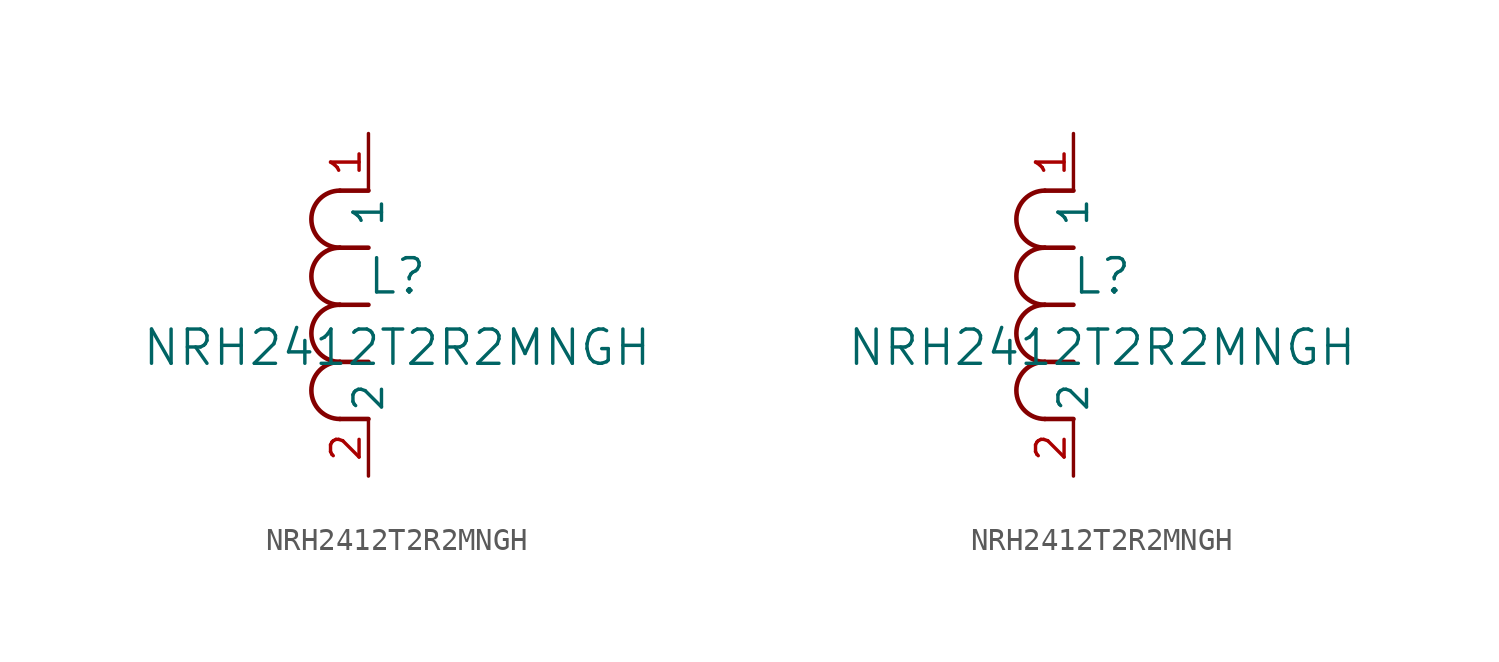
<source format=kicad_sym>
(kicad_symbol_lib
  (version 20211014)
  (generator kicad_symbol_editor)
  (symbol "NRH2412T2R2MNGH"
    (pin_names
      (offset 0.254))
    (property "Reference" "L"
      (at 1.27 8.89 0)
      (effects (font (size 1.524 1.524))))
    (property "Value" "NRH2412T2R2MNGH"
      (at 1.27 5.715 0)
      (effects (font (size 1.524 1.524))))
    (symbol "NRH2412T2R2MNGH_1_1"
      (arc (start -1.27 7.62) (mid -2.54 6.35) (end -1.27 5.08) (stroke (width 0.2032) (type default) (color 0 0 0 0)) (fill (type none)))
      (arc (start -1.27 5.08) (mid -2.54 3.81) (end -1.27 2.54) (stroke (width 0.2032) (type default) (color 0 0 0 0)) (fill (type none)))
      (arc (start -1.27 12.7) (mid -2.54 11.43) (end -1.27 10.16) (stroke (width 0.2032) (type default) (color 0 0 0 0)) (fill (type none)))
      (arc (start -1.27 10.16) (mid -2.54 8.89) (end -1.27 7.62) (stroke (width 0.2032) (type default) (color 0 0 0 0)) (fill (type none)))
      (polyline (pts (xy 0 7.62) (xy -1.27 7.62)) (stroke (width 0.203) (type default) (color 0 0 0 0)) (fill (type none)))
      (polyline (pts (xy 0 5.08) (xy -1.27 5.08)) (stroke (width 0.203) (type default) (color 0 0 0 0)) (fill (type none)))
      (polyline (pts (xy 0 12.7) (xy -1.27 12.7)) (stroke (width 0.203) (type default) (color 0 0 0 0)) (fill (type none)))
      (polyline (pts (xy 0 2.54) (xy -1.27 2.54)) (stroke (width 0.203) (type default) (color 0 0 0 0)) (fill (type none)))
      (polyline (pts (xy 0 10.16) (xy -1.27 10.16)) (stroke (width 0.203) (type default) (color 0 0 0 0)) (fill (type none)))
      (pin unspecified line (at 0 0 90) (length 2.54) (name "2" (effects (font (size 1.27 1.27)))) (number "2" (effects (font (size 1.27 1.27)))))
      (pin unspecified line (at 0 15.24 270) (length 2.54) (name "1" (effects (font (size 1.27 1.27)))) (number "1" (effects (font (size 1.27 1.27))))))
    (symbol "NRH2412T2R2MNGH_1_2"
      (arc (start -1.27 7.62) (mid -2.54 6.35) (end -1.27 5.08) (stroke (width 0.2032) (type default) (color 0 0 0 0)) (fill (type none)))
      (arc (start -1.27 5.08) (mid -2.54 3.81) (end -1.27 2.54) (stroke (width 0.2032) (type default) (color 0 0 0 0)) (fill (type none)))
      (arc (start -1.27 12.7) (mid -2.54 11.43) (end -1.27 10.16) (stroke (width 0.2032) (type default) (color 0 0 0 0)) (fill (type none)))
      (arc (start -1.27 10.16) (mid -2.54 8.89) (end -1.27 7.62) (stroke (width 0.2032) (type default) (color 0 0 0 0)) (fill (type none)))
      (polyline (pts (xy 0 7.62) (xy -1.27 7.62)) (stroke (width 0.203) (type default) (color 0 0 0 0)) (fill (type none)))
      (polyline (pts (xy 0 5.08) (xy -1.27 5.08)) (stroke (width 0.203) (type default) (color 0 0 0 0)) (fill (type none)))
      (polyline (pts (xy 0 12.7) (xy -1.27 12.7)) (stroke (width 0.203) (type default) (color 0 0 0 0)) (fill (type none)))
      (polyline (pts (xy 0 2.54) (xy -1.27 2.54)) (stroke (width 0.203) (type default) (color 0 0 0 0)) (fill (type none)))
      (polyline (pts (xy 0 10.16) (xy -1.27 10.16)) (stroke (width 0.203) (type default) (color 0 0 0 0)) (fill (type none)))
      (pin unspecified line (at 0 0 90) (length 2.54) (name "2" (effects (font (size 1.27 1.27)))) (number "2" (effects (font (size 1.27 1.27)))))
      (pin unspecified line (at 0 15.24 270) (length 2.54) (name "1" (effects (font (size 1.27 1.27)))) (number "1" (effects (font (size 1.27 1.27))))))))
</source>
